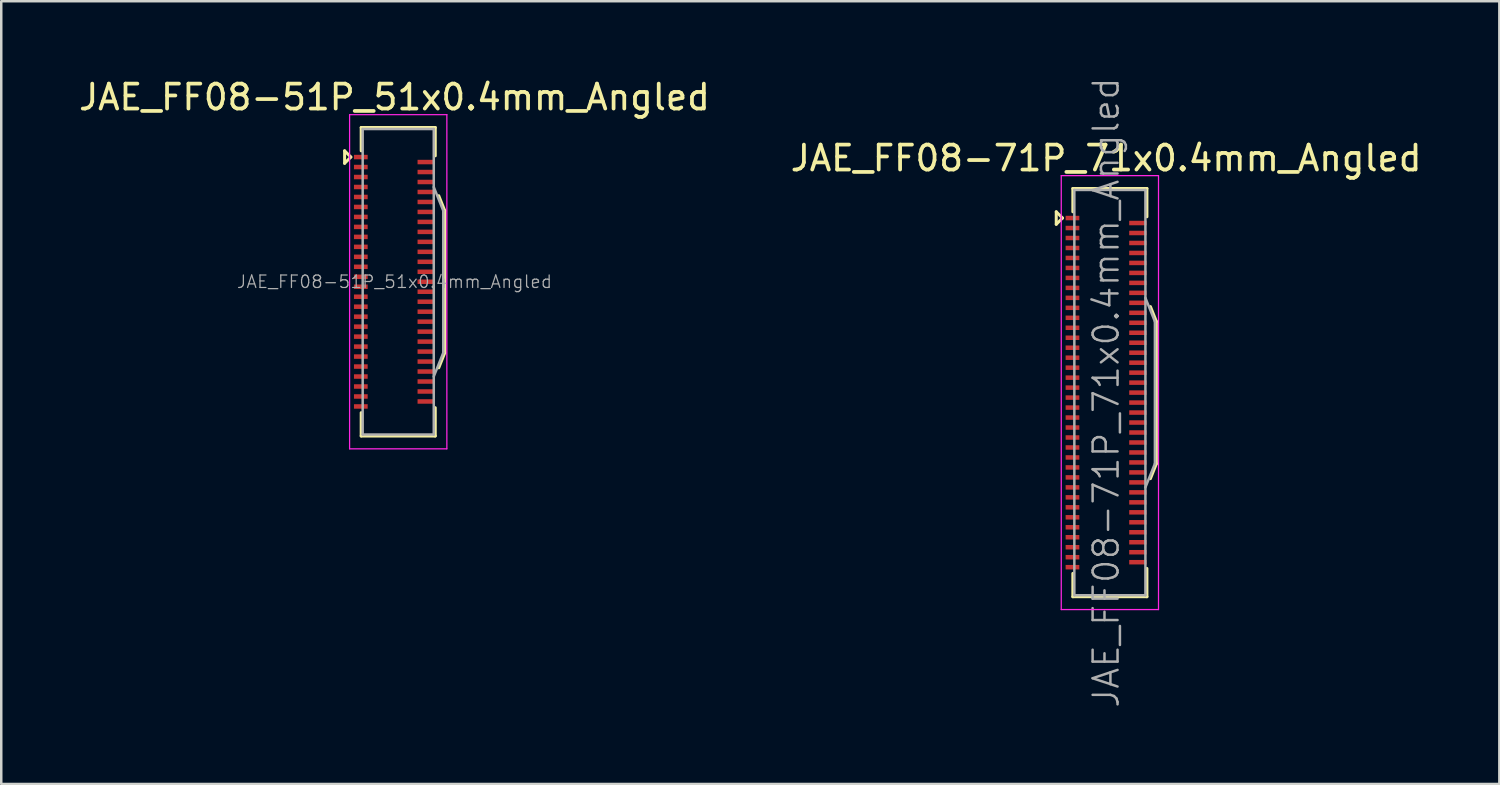
<source format=kicad_pcb>
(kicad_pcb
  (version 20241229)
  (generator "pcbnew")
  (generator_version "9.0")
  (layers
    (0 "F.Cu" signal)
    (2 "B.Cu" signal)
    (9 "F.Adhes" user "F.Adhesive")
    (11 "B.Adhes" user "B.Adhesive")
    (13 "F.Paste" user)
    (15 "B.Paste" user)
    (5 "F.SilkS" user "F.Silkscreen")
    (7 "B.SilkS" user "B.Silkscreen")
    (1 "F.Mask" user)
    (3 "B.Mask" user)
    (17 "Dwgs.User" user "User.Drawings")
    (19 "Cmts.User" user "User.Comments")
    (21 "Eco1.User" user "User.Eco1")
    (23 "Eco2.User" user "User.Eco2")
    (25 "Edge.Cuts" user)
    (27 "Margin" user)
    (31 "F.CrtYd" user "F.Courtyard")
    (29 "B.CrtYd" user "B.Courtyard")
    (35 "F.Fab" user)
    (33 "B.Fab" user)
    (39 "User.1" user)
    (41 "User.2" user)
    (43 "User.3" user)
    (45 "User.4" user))
  (footprint "JAE_FF08-71P_71x0.4mm_Angled"
    (layer "F.Cu")
    (at 41.304 12.693)
    (property "Reference" "JAE_FF08-71P_71x0.4mm_Angled" (at 0 -9.4 0) (layer "F.SilkS") (effects (font (size 1 1) (thickness 0.15))))
    (attr smd)
    (fp_line (start -2 -7.25) (end -1.75 -7) (stroke (width 0.12) (type solid)) (layer "F.SilkS"))
    (fp_line (start -2 -6.75) (end -2 -7.25) (stroke (width 0.12) (type solid)) (layer "F.SilkS"))
    (fp_line (start -1.75 -7) (end -2 -6.75) (stroke (width 0.12) (type solid)) (layer "F.SilkS"))
    (fp_line (start -1.335 -8.185) (end -1.335 -7.25) (stroke (width 0.12) (type solid)) (layer "F.SilkS"))
    (fp_line (start -1.335 -8.185) (end 1.635 -8.185) (stroke (width 0.12) (type solid)) (layer "F.SilkS"))
    (fp_line (start -1.335 8.185) (end -1.335 7.25) (stroke (width 0.12) (type solid)) (layer "F.SilkS"))
    (fp_line (start 1.635 -8.185) (end 1.635 -7.05) (stroke (width 0.12) (type solid)) (layer "F.SilkS"))
    (fp_line (start 1.635 7.05) (end 1.635 8.185) (stroke (width 0.12) (type solid)) (layer "F.SilkS"))
    (fp_line (start 1.635 8.185) (end -1.335 8.185) (stroke (width 0.12) (type solid)) (layer "F.SilkS"))
    (fp_line (start 1.775 -3.45) (end 2.015 -2.85) (stroke (width 0.12) (type solid)) (layer "F.SilkS"))
    (fp_line (start 1.775 3.45) (end 2.015 2.85) (stroke (width 0.12) (type solid)) (layer "F.SilkS"))
    (fp_line (start 2.015 -2.85) (end 2.015 2.85) (stroke (width 0.12) (type solid)) (layer "F.SilkS"))
    (fp_line (start -1.8 -8.7) (end 2.1 -8.7) (stroke (width 0.05) (type solid)) (layer "F.CrtYd"))
    (fp_line (start -1.8 8.7) (end -1.8 -8.7) (stroke (width 0.05) (type solid)) (layer "F.CrtYd"))
    (fp_line (start 2.1 -8.7) (end 2.1 8.7) (stroke (width 0.05) (type solid)) (layer "F.CrtYd"))
    (fp_line (start 2.1 8.7) (end -1.8 8.7) (stroke (width 0.05) (type solid)) (layer "F.CrtYd"))
    (fp_line (start -1.275 -8.125) (end 1.575 -8.125) (stroke (width 0.1) (type solid)) (layer "F.Fab"))
    (fp_line (start -1.275 8.125) (end -1.275 -8.125) (stroke (width 0.1) (type solid)) (layer "F.Fab"))
    (fp_line (start -1.275 8.125) (end 1.575 8.125) (stroke (width 0.1) (type solid)) (layer "F.Fab"))
    (fp_line (start 1.575 8.125) (end 1.575 -8.125) (stroke (width 0.1) (type solid)) (layer "F.Fab"))
    (fp_line (start 1.955 -2.85) (end 1.575 -3.8) (stroke (width 0.1) (type solid)) (layer "F.Fab"))
    (fp_line (start 1.955 2.85) (end 1.575 3.8) (stroke (width 0.1) (type solid)) (layer "F.Fab"))
    (fp_line (start 1.955 2.85) (end 1.955 -2.85) (stroke (width 0.1) (type solid)) (layer "F.Fab"))
    (fp_text user "${REFERENCE}" (at 0 0 90) (layer "F.Fab") (effects (font (size 1 1) (thickness 0.1))))
    (pad "1" smd rect (at -1.35 -7 90) (size 0.18 0.55) (layers "F.Cu" "F.Mask" "F.Paste"))
    (pad "2" smd rect (at 1.275 -6.8 90) (size 0.18 0.7) (layers "F.Cu" "F.Mask" "F.Paste"))
    (pad "3" smd rect (at -1.35 -6.6 90) (size 0.18 0.55) (layers "F.Cu" "F.Mask" "F.Paste"))
    (pad "4" smd rect (at 1.275 -6.4 90) (size 0.18 0.7) (layers "F.Cu" "F.Mask" "F.Paste"))
    (pad "5" smd rect (at -1.35 -6.2 90) (size 0.18 0.55) (layers "F.Cu" "F.Mask" "F.Paste"))
    (pad "6" smd rect (at 1.275 -6 90) (size 0.18 0.7) (layers "F.Cu" "F.Mask" "F.Paste"))
    (pad "7" smd rect (at -1.35 -5.8 90) (size 0.18 0.55) (layers "F.Cu" "F.Mask" "F.Paste"))
    (pad "8" smd rect (at 1.275 -5.6 90) (size 0.18 0.7) (layers "F.Cu" "F.Mask" "F.Paste"))
    (pad "9" smd rect (at -1.35 -5.4 90) (size 0.18 0.55) (layers "F.Cu" "F.Mask" "F.Paste"))
    (pad "10" smd rect (at 1.275 -5.2 90) (size 0.18 0.7) (layers "F.Cu" "F.Mask" "F.Paste"))
    (pad "11" smd rect (at -1.35 -5 90) (size 0.18 0.55) (layers "F.Cu" "F.Mask" "F.Paste"))
    (pad "12" smd rect (at 1.275 -4.8 90) (size 0.18 0.7) (layers "F.Cu" "F.Mask" "F.Paste"))
    (pad "13" smd rect (at -1.35 -4.6 90) (size 0.18 0.55) (layers "F.Cu" "F.Mask" "F.Paste"))
    (pad "14" smd rect (at 1.275 -4.4 90) (size 0.18 0.7) (layers "F.Cu" "F.Mask" "F.Paste"))
    (pad "15" smd rect (at -1.35 -4.2 90) (size 0.18 0.55) (layers "F.Cu" "F.Mask" "F.Paste"))
    (pad "16" smd rect (at 1.275 -4 90) (size 0.18 0.7) (layers "F.Cu" "F.Mask" "F.Paste"))
    (pad "17" smd rect (at -1.35 -3.8 90) (size 0.18 0.55) (layers "F.Cu" "F.Mask" "F.Paste"))
    (pad "18" smd rect (at 1.275 -3.6 90) (size 0.18 0.7) (layers "F.Cu" "F.Mask" "F.Paste"))
    (pad "19" smd rect (at -1.35 -3.4 90) (size 0.18 0.55) (layers "F.Cu" "F.Mask" "F.Paste"))
    (pad "20" smd rect (at 1.275 -3.2 90) (size 0.18 0.7) (layers "F.Cu" "F.Mask" "F.Paste"))
    (pad "21" smd rect (at -1.35 -3 90) (size 0.18 0.55) (layers "F.Cu" "F.Mask" "F.Paste"))
    (pad "22" smd rect (at 1.275 -2.8 90) (size 0.18 0.7) (layers "F.Cu" "F.Mask" "F.Paste"))
    (pad "23" smd rect (at -1.35 -2.6 90) (size 0.18 0.55) (layers "F.Cu" "F.Mask" "F.Paste"))
    (pad "24" smd rect (at 1.275 -2.4 90) (size 0.18 0.7) (layers "F.Cu" "F.Mask" "F.Paste"))
    (pad "25" smd rect (at -1.35 -2.2 90) (size 0.18 0.55) (layers "F.Cu" "F.Mask" "F.Paste"))
    (pad "26" smd rect (at 1.275 -2 90) (size 0.18 0.7) (layers "F.Cu" "F.Mask" "F.Paste"))
    (pad "27" smd rect (at -1.35 -1.8 90) (size 0.18 0.55) (layers "F.Cu" "F.Mask" "F.Paste"))
    (pad "28" smd rect (at 1.275 -1.6 90) (size 0.18 0.7) (layers "F.Cu" "F.Mask" "F.Paste"))
    (pad "29" smd rect (at -1.35 -1.4 90) (size 0.18 0.55) (layers "F.Cu" "F.Mask" "F.Paste"))
    (pad "30" smd rect (at 1.275 -1.2 90) (size 0.18 0.7) (layers "F.Cu" "F.Mask" "F.Paste"))
    (pad "31" smd rect (at -1.35 -1 90) (size 0.18 0.55) (layers "F.Cu" "F.Mask" "F.Paste"))
    (pad "32" smd rect (at 1.275 -0.8 90) (size 0.18 0.7) (layers "F.Cu" "F.Mask" "F.Paste"))
    (pad "33" smd rect (at -1.35 -0.6 90) (size 0.18 0.55) (layers "F.Cu" "F.Mask" "F.Paste"))
    (pad "34" smd rect (at 1.275 -0.4 90) (size 0.18 0.7) (layers "F.Cu" "F.Mask" "F.Paste"))
    (pad "35" smd rect (at -1.35 -0.2 90) (size 0.18 0.55) (layers "F.Cu" "F.Mask" "F.Paste"))
    (pad "36" smd rect (at 1.275 0 90) (size 0.18 0.7) (layers "F.Cu" "F.Mask" "F.Paste"))
    (pad "37" smd rect (at -1.35 0.2 90) (size 0.18 0.55) (layers "F.Cu" "F.Mask" "F.Paste"))
    (pad "38" smd rect (at 1.275 0.4 90) (size 0.18 0.7) (layers "F.Cu" "F.Mask" "F.Paste"))
    (pad "39" smd rect (at -1.35 0.6 90) (size 0.18 0.55) (layers "F.Cu" "F.Mask" "F.Paste"))
    (pad "40" smd rect (at 1.275 0.8 90) (size 0.18 0.7) (layers "F.Cu" "F.Mask" "F.Paste"))
    (pad "41" smd rect (at -1.35 1 90) (size 0.18 0.55) (layers "F.Cu" "F.Mask" "F.Paste"))
    (pad "42" smd rect (at 1.275 1.2 90) (size 0.18 0.7) (layers "F.Cu" "F.Mask" "F.Paste"))
    (pad "43" smd rect (at -1.35 1.4 90) (size 0.18 0.55) (layers "F.Cu" "F.Mask" "F.Paste"))
    (pad "44" smd rect (at 1.275 1.6 90) (size 0.18 0.7) (layers "F.Cu" "F.Mask" "F.Paste"))
    (pad "45" smd rect (at -1.35 1.8 90) (size 0.18 0.55) (layers "F.Cu" "F.Mask" "F.Paste"))
    (pad "46" smd rect (at 1.275 2 90) (size 0.18 0.7) (layers "F.Cu" "F.Mask" "F.Paste"))
    (pad "47" smd rect (at -1.35 2.2 90) (size 0.18 0.55) (layers "F.Cu" "F.Mask" "F.Paste"))
    (pad "48" smd rect (at 1.275 2.4 90) (size 0.18 0.7) (layers "F.Cu" "F.Mask" "F.Paste"))
    (pad "49" smd rect (at -1.35 2.6 90) (size 0.18 0.55) (layers "F.Cu" "F.Mask" "F.Paste"))
    (pad "50" smd rect (at 1.275 2.8 90) (size 0.18 0.7) (layers "F.Cu" "F.Mask" "F.Paste"))
    (pad "51" smd rect (at -1.35 3 90) (size 0.18 0.55) (layers "F.Cu" "F.Mask" "F.Paste"))
    (pad "52" smd rect (at 1.275 3.2 90) (size 0.18 0.7) (layers "F.Cu" "F.Mask" "F.Paste"))
    (pad "53" smd rect (at -1.35 3.4 90) (size 0.18 0.55) (layers "F.Cu" "F.Mask" "F.Paste"))
    (pad "54" smd rect (at 1.275 3.6 90) (size 0.18 0.7) (layers "F.Cu" "F.Mask" "F.Paste"))
    (pad "55" smd rect (at -1.35 3.8 90) (size 0.18 0.55) (layers "F.Cu" "F.Mask" "F.Paste"))
    (pad "56" smd rect (at 1.275 4 90) (size 0.18 0.7) (layers "F.Cu" "F.Mask" "F.Paste"))
    (pad "57" smd rect (at -1.35 4.2 90) (size 0.18 0.55) (layers "F.Cu" "F.Mask" "F.Paste"))
    (pad "58" smd rect (at 1.275 4.4 90) (size 0.18 0.7) (layers "F.Cu" "F.Mask" "F.Paste"))
    (pad "59" smd rect (at -1.35 4.6 90) (size 0.18 0.55) (layers "F.Cu" "F.Mask" "F.Paste"))
    (pad "60" smd rect (at 1.275 4.8 90) (size 0.18 0.7) (layers "F.Cu" "F.Mask" "F.Paste"))
    (pad "61" smd rect (at -1.35 5 90) (size 0.18 0.55) (layers "F.Cu" "F.Mask" "F.Paste"))
    (pad "62" smd rect (at 1.275 5.2 90) (size 0.18 0.7) (layers "F.Cu" "F.Mask" "F.Paste"))
    (pad "63" smd rect (at -1.35 5.4 90) (size 0.18 0.55) (layers "F.Cu" "F.Mask" "F.Paste"))
    (pad "64" smd rect (at 1.275 5.6 90) (size 0.18 0.7) (layers "F.Cu" "F.Mask" "F.Paste"))
    (pad "65" smd rect (at -1.35 5.8 90) (size 0.18 0.55) (layers "F.Cu" "F.Mask" "F.Paste"))
    (pad "66" smd rect (at 1.275 6 90) (size 0.18 0.7) (layers "F.Cu" "F.Mask" "F.Paste"))
    (pad "67" smd rect (at -1.35 6.2 90) (size 0.18 0.55) (layers "F.Cu" "F.Mask" "F.Paste"))
    (pad "68" smd rect (at 1.275 6.4 90) (size 0.18 0.7) (layers "F.Cu" "F.Mask" "F.Paste"))
    (pad "69" smd rect (at -1.35 6.6 90) (size 0.18 0.55) (layers "F.Cu" "F.Mask" "F.Paste"))
    (pad "70" smd rect (at 1.275 6.8 90) (size 0.18 0.7) (layers "F.Cu" "F.Mask" "F.Paste"))
    (pad "71" smd rect (at -1.35 7 90) (size 0.18 0.55) (layers "F.Cu" "F.Mask" "F.Paste")))
  (footprint "JAE_FF08-51P_51x0.4mm_Angled"
    (layer "F.Cu")
    (at 12.768 8.248)
    (property "Reference" "JAE_FF08-51P_51x0.4mm_Angled" (at 0 -7.4 0) (layer "F.SilkS") (effects (font (size 1 1) (thickness 0.15))))
    (attr smd)
    (fp_line (start -2 -5.25) (end -1.75 -5) (stroke (width 0.12) (type solid)) (layer "F.SilkS"))
    (fp_line (start -2 -4.75) (end -2 -5.25) (stroke (width 0.12) (type solid)) (layer "F.SilkS"))
    (fp_line (start -1.75 -5) (end -2 -4.75) (stroke (width 0.12) (type solid)) (layer "F.SilkS"))
    (fp_line (start -1.335 -6.185) (end -1.335 -5.25) (stroke (width 0.12) (type solid)) (layer "F.SilkS"))
    (fp_line (start -1.335 -6.185) (end 1.635 -6.185) (stroke (width 0.12) (type solid)) (layer "F.SilkS"))
    (fp_line (start -1.335 6.185) (end -1.335 5.25) (stroke (width 0.12) (type solid)) (layer "F.SilkS"))
    (fp_line (start 1.635 -6.185) (end 1.635 -5.05) (stroke (width 0.12) (type solid)) (layer "F.SilkS"))
    (fp_line (start 1.635 5.05) (end 1.635 6.185) (stroke (width 0.12) (type solid)) (layer "F.SilkS"))
    (fp_line (start 1.635 6.185) (end -1.335 6.185) (stroke (width 0.12) (type solid)) (layer "F.SilkS"))
    (fp_line (start 1.775 -3.45) (end 2.015 -2.85) (stroke (width 0.12) (type solid)) (layer "F.SilkS"))
    (fp_line (start 1.775 3.45) (end 2.015 2.85) (stroke (width 0.12) (type solid)) (layer "F.SilkS"))
    (fp_line (start 2.015 -2.85) (end 2.015 2.85) (stroke (width 0.12) (type solid)) (layer "F.SilkS"))
    (fp_line (start -1.8 -6.7) (end 2.1 -6.7) (stroke (width 0.05) (type solid)) (layer "F.CrtYd"))
    (fp_line (start -1.8 6.7) (end -1.8 -6.7) (stroke (width 0.05) (type solid)) (layer "F.CrtYd"))
    (fp_line (start 2.1 -6.7) (end 2.1 6.7) (stroke (width 0.05) (type solid)) (layer "F.CrtYd"))
    (fp_line (start 2.1 6.7) (end -1.8 6.7) (stroke (width 0.05) (type solid)) (layer "F.CrtYd"))
    (fp_line (start -1.275 -6.125) (end 1.575 -6.125) (stroke (width 0.1) (type solid)) (layer "F.Fab"))
    (fp_line (start -1.275 6.125) (end -1.275 -6.125) (stroke (width 0.1) (type solid)) (layer "F.Fab"))
    (fp_line (start -1.275 6.125) (end 1.575 6.125) (stroke (width 0.1) (type solid)) (layer "F.Fab"))
    (fp_line (start 1.575 6.125) (end 1.575 -6.125) (stroke (width 0.1) (type solid)) (layer "F.Fab"))
    (fp_line (start 1.955 -2.85) (end 1.575 -3.8) (stroke (width 0.1) (type solid)) (layer "F.Fab"))
    (fp_line (start 1.955 2.85) (end 1.575 3.8) (stroke (width 0.1) (type solid)) (layer "F.Fab"))
    (fp_line (start 1.955 2.85) (end 1.955 -2.85) (stroke (width 0.1) (type solid)) (layer "F.Fab"))
    (fp_text user "${REFERENCE}" (at 0 0 0) (layer "F.Fab") (effects (font (size 0.5 0.5) (thickness 0.05))))
    (pad "1" smd rect (at -1.35 -5 90) (size 0.18 0.55) (layers "F.Cu" "F.Mask" "F.Paste"))
    (pad "2" smd rect (at 1.275 -4.8 90) (size 0.18 0.7) (layers "F.Cu" "F.Mask" "F.Paste"))
    (pad "3" smd rect (at -1.35 -4.6 90) (size 0.18 0.55) (layers "F.Cu" "F.Mask" "F.Paste"))
    (pad "4" smd rect (at 1.275 -4.4 90) (size 0.18 0.7) (layers "F.Cu" "F.Mask" "F.Paste"))
    (pad "5" smd rect (at -1.35 -4.2 90) (size 0.18 0.55) (layers "F.Cu" "F.Mask" "F.Paste"))
    (pad "6" smd rect (at 1.275 -4 90) (size 0.18 0.7) (layers "F.Cu" "F.Mask" "F.Paste"))
    (pad "7" smd rect (at -1.35 -3.8 90) (size 0.18 0.55) (layers "F.Cu" "F.Mask" "F.Paste"))
    (pad "8" smd rect (at 1.275 -3.6 90) (size 0.18 0.7) (layers "F.Cu" "F.Mask" "F.Paste"))
    (pad "9" smd rect (at -1.35 -3.4 90) (size 0.18 0.55) (layers "F.Cu" "F.Mask" "F.Paste"))
    (pad "10" smd rect (at 1.275 -3.2 90) (size 0.18 0.7) (layers "F.Cu" "F.Mask" "F.Paste"))
    (pad "11" smd rect (at -1.35 -3 90) (size 0.18 0.55) (layers "F.Cu" "F.Mask" "F.Paste"))
    (pad "12" smd rect (at 1.275 -2.8 90) (size 0.18 0.7) (layers "F.Cu" "F.Mask" "F.Paste"))
    (pad "13" smd rect (at -1.35 -2.6 90) (size 0.18 0.55) (layers "F.Cu" "F.Mask" "F.Paste"))
    (pad "14" smd rect (at 1.275 -2.4 90) (size 0.18 0.7) (layers "F.Cu" "F.Mask" "F.Paste"))
    (pad "15" smd rect (at -1.35 -2.2 90) (size 0.18 0.55) (layers "F.Cu" "F.Mask" "F.Paste"))
    (pad "16" smd rect (at 1.275 -2 90) (size 0.18 0.7) (layers "F.Cu" "F.Mask" "F.Paste"))
    (pad "17" smd rect (at -1.35 -1.8 90) (size 0.18 0.55) (layers "F.Cu" "F.Mask" "F.Paste"))
    (pad "18" smd rect (at 1.275 -1.6 90) (size 0.18 0.7) (layers "F.Cu" "F.Mask" "F.Paste"))
    (pad "19" smd rect (at -1.35 -1.4 90) (size 0.18 0.55) (layers "F.Cu" "F.Mask" "F.Paste"))
    (pad "20" smd rect (at 1.275 -1.2 90) (size 0.18 0.7) (layers "F.Cu" "F.Mask" "F.Paste"))
    (pad "21" smd rect (at -1.35 -1 90) (size 0.18 0.55) (layers "F.Cu" "F.Mask" "F.Paste"))
    (pad "22" smd rect (at 1.275 -0.8 90) (size 0.18 0.7) (layers "F.Cu" "F.Mask" "F.Paste"))
    (pad "23" smd rect (at -1.35 -0.6 90) (size 0.18 0.55) (layers "F.Cu" "F.Mask" "F.Paste"))
    (pad "24" smd rect (at 1.275 -0.4 90) (size 0.18 0.7) (layers "F.Cu" "F.Mask" "F.Paste"))
    (pad "25" smd rect (at -1.35 -0.2 90) (size 0.18 0.55) (layers "F.Cu" "F.Mask" "F.Paste"))
    (pad "26" smd rect (at 1.275 0 90) (size 0.18 0.7) (layers "F.Cu" "F.Mask" "F.Paste"))
    (pad "27" smd rect (at -1.35 0.2 90) (size 0.18 0.55) (layers "F.Cu" "F.Mask" "F.Paste"))
    (pad "28" smd rect (at 1.275 0.4 90) (size 0.18 0.7) (layers "F.Cu" "F.Mask" "F.Paste"))
    (pad "29" smd rect (at -1.35 0.6 90) (size 0.18 0.55) (layers "F.Cu" "F.Mask" "F.Paste"))
    (pad "30" smd rect (at 1.275 0.8 90) (size 0.18 0.7) (layers "F.Cu" "F.Mask" "F.Paste"))
    (pad "31" smd rect (at -1.35 1 90) (size 0.18 0.55) (layers "F.Cu" "F.Mask" "F.Paste"))
    (pad "32" smd rect (at 1.275 1.2 90) (size 0.18 0.7) (layers "F.Cu" "F.Mask" "F.Paste"))
    (pad "33" smd rect (at -1.35 1.4 90) (size 0.18 0.55) (layers "F.Cu" "F.Mask" "F.Paste"))
    (pad "34" smd rect (at 1.275 1.6 90) (size 0.18 0.7) (layers "F.Cu" "F.Mask" "F.Paste"))
    (pad "35" smd rect (at -1.35 1.8 90) (size 0.18 0.55) (layers "F.Cu" "F.Mask" "F.Paste"))
    (pad "36" smd rect (at 1.275 2 90) (size 0.18 0.7) (layers "F.Cu" "F.Mask" "F.Paste"))
    (pad "37" smd rect (at -1.35 2.2 90) (size 0.18 0.55) (layers "F.Cu" "F.Mask" "F.Paste"))
    (pad "38" smd rect (at 1.275 2.4 90) (size 0.18 0.7) (layers "F.Cu" "F.Mask" "F.Paste"))
    (pad "39" smd rect (at -1.35 2.6 90) (size 0.18 0.55) (layers "F.Cu" "F.Mask" "F.Paste"))
    (pad "40" smd rect (at 1.275 2.8 90) (size 0.18 0.7) (layers "F.Cu" "F.Mask" "F.Paste"))
    (pad "41" smd rect (at -1.35 3 90) (size 0.18 0.55) (layers "F.Cu" "F.Mask" "F.Paste"))
    (pad "42" smd rect (at 1.275 3.2 90) (size 0.18 0.7) (layers "F.Cu" "F.Mask" "F.Paste"))
    (pad "43" smd rect (at -1.35 3.4 90) (size 0.18 0.55) (layers "F.Cu" "F.Mask" "F.Paste"))
    (pad "44" smd rect (at 1.275 3.6 90) (size 0.18 0.7) (layers "F.Cu" "F.Mask" "F.Paste"))
    (pad "45" smd rect (at -1.35 3.8 90) (size 0.18 0.55) (layers "F.Cu" "F.Mask" "F.Paste"))
    (pad "46" smd rect (at 1.275 4 90) (size 0.18 0.7) (layers "F.Cu" "F.Mask" "F.Paste"))
    (pad "47" smd rect (at -1.35 4.2 90) (size 0.18 0.55) (layers "F.Cu" "F.Mask" "F.Paste"))
    (pad "48" smd rect (at 1.275 4.4 90) (size 0.18 0.7) (layers "F.Cu" "F.Mask" "F.Paste"))
    (pad "49" smd rect (at -1.35 4.6 90) (size 0.18 0.55) (layers "F.Cu" "F.Mask" "F.Paste"))
    (pad "50" smd rect (at 1.275 4.8 90) (size 0.18 0.7) (layers "F.Cu" "F.Mask" "F.Paste"))
    (pad "51" smd rect (at -1.35 5 90) (size 0.18 0.55) (layers "F.Cu" "F.Mask" "F.Paste")))
  (gr_rect
    (start -3 -3)
    (end 57.071 28.386)
    (stroke (width 0.1) (type default))
    (fill no)
    (layer "Edge.Cuts")))
</source>
